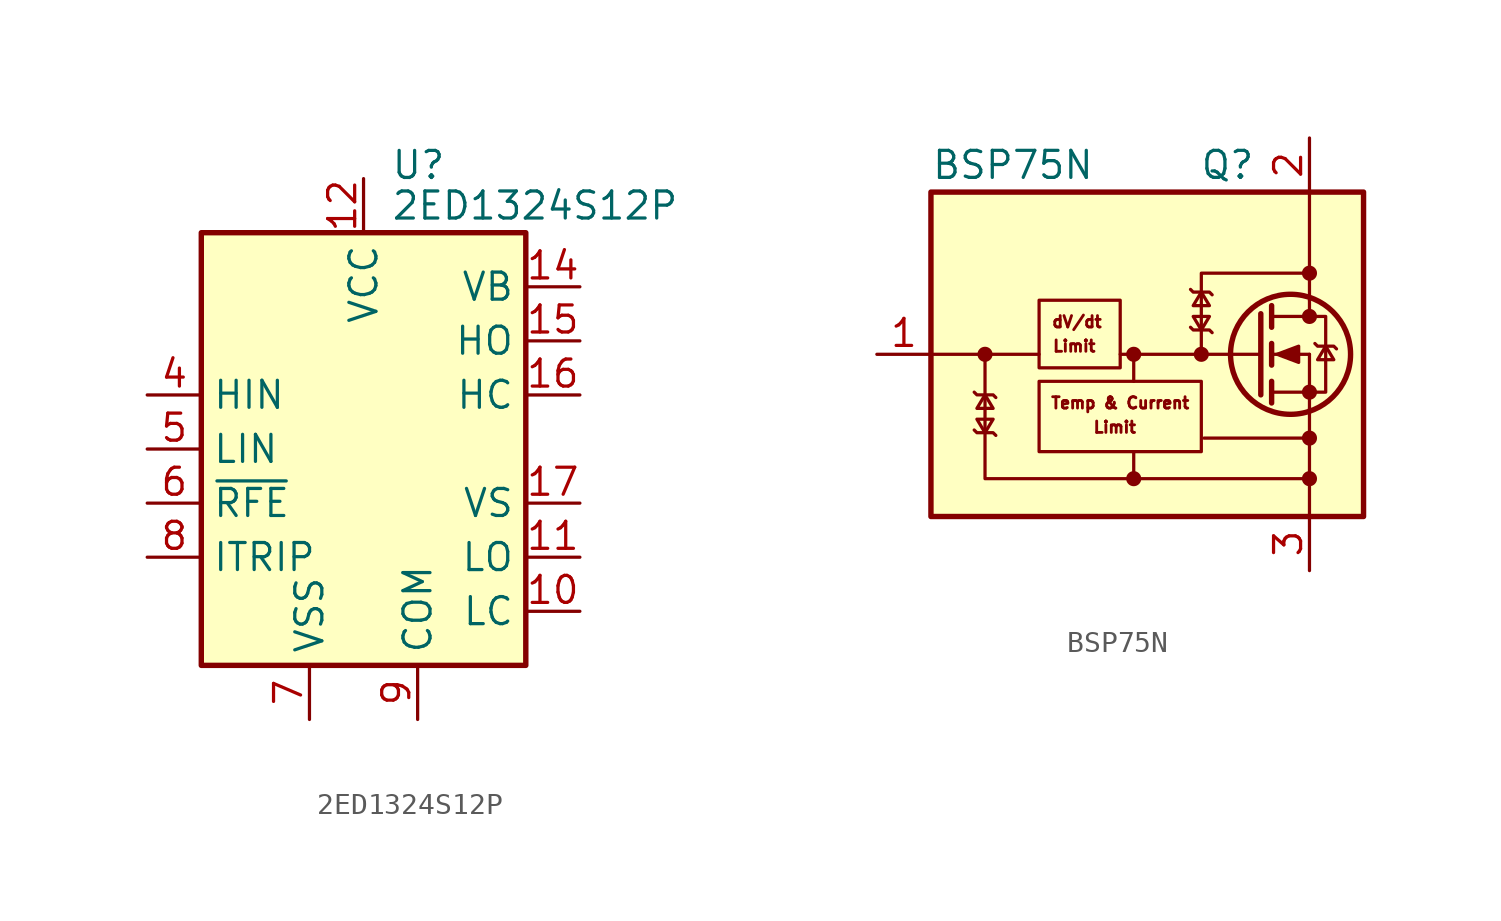
<source format=kicad_sym>
(kicad_symbol_lib
  (version 20231120)
  (generator "kicad_symbol_editor")
  (generator_version "8.0")
  (symbol "2ED1324S12P"
    (property "Reference" "U"
      (at 1.27 13.335 0)
      (effects (font (size 1.27 1.27)) (justify left)))
    (property "Value" "2ED1324S12P"
      (at 1.27 11.43 0)
      (effects (font (size 1.27 1.27)) (justify left)))
    (symbol "2ED1324S12P_0_1"
      (rectangle (start -7.62 -10.16) (end 7.62 10.16) (stroke (width 0.254) (type default)) (fill (type background))))
    (symbol "2ED1324S12P_1_1"
      (pin no_connect line (at -7.62 7.62 0) (length 2.54) hide (name "NC" (effects (font (size 1.27 1.27)))) (number "1" (effects (font (size 1.27 1.27)))))
      (pin passive line (at 10.16 -7.62 180) (length 2.54) (name "LC" (effects (font (size 1.27 1.27)))) (number "10" (effects (font (size 1.27 1.27)))))
      (pin output line (at 10.16 -5.08 180) (length 2.54) (name "LO" (effects (font (size 1.27 1.27)))) (number "11" (effects (font (size 1.27 1.27)))))
      (pin power_in line (at 0 12.7 270) (length 2.54) (name "VCC" (effects (font (size 1.27 1.27)))) (number "12" (effects (font (size 1.27 1.27)))))
      (pin no_connect line (at 7.62 0 180) (length 2.54) hide (name "NC" (effects (font (size 1.27 1.27)))) (number "13" (effects (font (size 1.27 1.27)))))
      (pin passive line (at 10.16 7.62 180) (length 2.54) (name "VB" (effects (font (size 1.27 1.27)))) (number "14" (effects (font (size 1.27 1.27)))))
      (pin output line (at 10.16 5.08 180) (length 2.54) (name "HO" (effects (font (size 1.27 1.27)))) (number "15" (effects (font (size 1.27 1.27)))))
      (pin passive line (at 10.16 2.54 180) (length 2.54) (name "HC" (effects (font (size 1.27 1.27)))) (number "16" (effects (font (size 1.27 1.27)))))
      (pin passive line (at 10.16 -2.54 180) (length 2.54) (name "VS" (effects (font (size 1.27 1.27)))) (number "17" (effects (font (size 1.27 1.27)))))
      (pin no_connect line (at 5.08 10.16 270) (length 2.54) hide (name "NC" (effects (font (size 1.27 1.27)))) (number "18" (effects (font (size 1.27 1.27)))))
      (pin no_connect line (at 2.54 10.16 270) (length 2.54) hide (name "NC" (effects (font (size 1.27 1.27)))) (number "19" (effects (font (size 1.27 1.27)))))
      (pin no_connect line (at -7.62 5.08 0) (length 2.54) hide (name "NC" (effects (font (size 1.27 1.27)))) (number "2" (effects (font (size 1.27 1.27)))))
      (pin no_connect line (at -2.54 10.16 270) (length 2.54) hide (name "NC" (effects (font (size 1.27 1.27)))) (number "20" (effects (font (size 1.27 1.27)))))
      (pin no_connect line (at -7.62 -7.62 0) (length 2.54) hide (name "NC" (effects (font (size 1.27 1.27)))) (number "3" (effects (font (size 1.27 1.27)))))
      (pin input line (at -10.16 2.54 0) (length 2.54) (name "HIN" (effects (font (size 1.27 1.27)))) (number "4" (effects (font (size 1.27 1.27)))))
      (pin input line (at -10.16 0 0) (length 2.54) (name "LIN" (effects (font (size 1.27 1.27)))) (number "5" (effects (font (size 1.27 1.27)))))
      (pin open_collector line (at -10.16 -2.54 0) (length 2.54) (name "~{RFE}" (effects (font (size 1.27 1.27)))) (number "6" (effects (font (size 1.27 1.27)))))
      (pin power_in line (at -2.54 -12.7 90) (length 2.54) (name "VSS" (effects (font (size 1.27 1.27)))) (number "7" (effects (font (size 1.27 1.27)))))
      (pin passive line (at -10.16 -5.08 0) (length 2.54) (name "ITRIP" (effects (font (size 1.27 1.27)))) (number "8" (effects (font (size 1.27 1.27)))))
      (pin power_in line (at 2.54 -12.7 90) (length 2.54) (name "COM" (effects (font (size 1.27 1.27)))) (number "9" (effects (font (size 1.27 1.27)))))))
  (symbol "BSP75N"
    (pin_names
      (offset 0) hide)
    (property "Reference" "Q"
      (at 5.08 8.89 0)
      (effects (font (size 1.27 1.27)) (justify right)))
    (property "Value" "BSP75N"
      (at -10.16 8.89 0)
      (effects (font (size 1.27 1.27)) (justify left)))
    (symbol "BSP75N_0_0"
      (polyline (pts (xy 7.62 -2.54) (xy 7.62 -7.62)) (stroke (width 0) (type default)) (fill (type none)))
      (polyline (pts (xy 7.62 2.54) (xy 7.62 7.62)) (stroke (width 0) (type default)) (fill (type none)))
      (polyline (pts (xy -0.635 -1.27) (xy -0.635 -0.635) (xy -0.635 0)) (stroke (width 0) (type default)) (fill (type none)))
      (polyline (pts (xy 2.54 0) (xy 2.54 3.81) (xy 7.62 3.81)) (stroke (width 0) (type default)) (fill (type none)))
      (polyline (pts (xy 7.62 -5.842) (xy -0.635 -5.842) (xy -0.635 -4.572)) (stroke (width 0) (type default)) (fill (type none)))
      (polyline (pts (xy -0.635 -5.842) (xy -7.62 -5.842) (xy -7.62 0) (xy -5.08 0)) (stroke (width 0) (type default)) (fill (type none)))
      (text "Limit" (at -1.524 -3.429 0) (effects (font (size 0.533 0.533))))
      (text "Temp & Current" (at -1.27 -2.286 0) (effects (font (size 0.533 0.533)))))
    (symbol "BSP75N_0_1"
      (rectangle (start -5.08 -1.27) (end 2.54 -4.572) (stroke (width 0) (type default)) (fill (type none)))
      (polyline (pts (xy -7.62 0) (xy -10.16 0)) (stroke (width 0) (type default)) (fill (type none)))
      (polyline (pts (xy 7.62 -3.937) (xy 2.667 -3.937)) (stroke (width 0) (type default)) (fill (type none))))
    (symbol "BSP75N_1_0"
      (rectangle (start -10.16 7.62) (end 10.16 -7.62) (stroke (width 0.254) (type default)) (fill (type background))))
    (symbol "BSP75N_1_1"
      (circle (center -7.62 0) (radius 0.279) (stroke (width 0) (type default)) (fill (type outline)))
      (rectangle (start -5.08 2.54) (end -1.27 -0.635) (stroke (width 0) (type default)) (fill (type none)))
      (circle (center -0.635 -5.842) (radius 0.279) (stroke (width 0) (type default)) (fill (type outline)))
      (circle (center -0.635 0) (radius 0.279) (stroke (width 0) (type default)) (fill (type outline)))
      (polyline (pts (xy 2.54 0) (xy -1.27 0)) (stroke (width 0) (type default)) (fill (type none)))
      (polyline (pts (xy 2.54 0) (xy 5.334 0)) (stroke (width 0) (type default)) (fill (type none)))
      (polyline (pts (xy 5.842 -1.778) (xy 7.62 -1.778)) (stroke (width 0) (type default)) (fill (type none)))
      (polyline (pts (xy 5.842 -1.27) (xy 5.842 -2.286)) (stroke (width 0.254) (type default)) (fill (type none)))
      (polyline (pts (xy 5.842 0) (xy 7.62 0)) (stroke (width 0) (type default)) (fill (type none)))
      (polyline (pts (xy 5.842 0.508) (xy 5.842 -0.508)) (stroke (width 0.254) (type default)) (fill (type none)))
      (polyline (pts (xy 5.842 1.778) (xy 7.62 1.778)) (stroke (width 0) (type default)) (fill (type none)))
      (polyline (pts (xy 5.842 2.286) (xy 5.842 1.27)) (stroke (width 0.254) (type default)) (fill (type none)))
      (polyline (pts (xy 7.62 -1.778) (xy 7.62 -2.54)) (stroke (width 0) (type default)) (fill (type none)))
      (polyline (pts (xy 7.62 -1.778) (xy 7.62 0)) (stroke (width 0) (type default)) (fill (type none)))
      (polyline (pts (xy 7.62 2.54) (xy 7.62 1.778)) (stroke (width 0) (type default)) (fill (type none)))
      (polyline (pts (xy 5.334 1.905) (xy 5.334 -1.905) (xy 5.334 -1.905)) (stroke (width 0.254) (type default)) (fill (type none)))
      (polyline (pts (xy -8.128 -1.778) (xy -8.001 -1.905) (xy -7.239 -1.905) (xy -7.112 -2.032)) (stroke (width 0) (type default)) (fill (type none)))
      (polyline (pts (xy -7.62 -3.683) (xy -7.239 -3.048) (xy -8.001 -3.048) (xy -7.62 -3.683)) (stroke (width 0) (type default)) (fill (type none)))
      (polyline (pts (xy -7.62 -1.905) (xy -8.001 -2.54) (xy -7.239 -2.54) (xy -7.62 -1.905)) (stroke (width 0) (type default)) (fill (type none)))
      (polyline (pts (xy -7.112 -3.81) (xy -7.239 -3.683) (xy -8.001 -3.683) (xy -8.128 -3.556)) (stroke (width 0) (type default)) (fill (type none)))
      (polyline (pts (xy 2.032 3.048) (xy 2.159 2.921) (xy 2.921 2.921) (xy 3.048 2.794)) (stroke (width 0) (type default)) (fill (type none)))
      (polyline (pts (xy 2.54 1.143) (xy 2.921 1.778) (xy 2.159 1.778) (xy 2.54 1.143)) (stroke (width 0) (type default)) (fill (type none)))
      (polyline (pts (xy 2.54 2.921) (xy 2.159 2.286) (xy 2.921 2.286) (xy 2.54 2.921)) (stroke (width 0) (type default)) (fill (type none)))
      (polyline (pts (xy 3.048 1.016) (xy 2.921 1.143) (xy 2.159 1.143) (xy 2.032 1.27)) (stroke (width 0) (type default)) (fill (type none)))
      (polyline (pts (xy 6.096 0) (xy 7.112 0.381) (xy 7.112 -0.381) (xy 6.096 0)) (stroke (width 0) (type default)) (fill (type outline)))
      (polyline (pts (xy 7.62 -1.778) (xy 8.382 -1.778) (xy 8.382 1.778) (xy 7.62 1.778)) (stroke (width 0) (type default)) (fill (type none)))
      (polyline (pts (xy 7.874 0.508) (xy 8.001 0.381) (xy 8.763 0.381) (xy 8.89 0.254)) (stroke (width 0) (type default)) (fill (type none)))
      (polyline (pts (xy 8.382 0.381) (xy 8.001 -0.254) (xy 8.763 -0.254) (xy 8.382 0.381)) (stroke (width 0) (type default)) (fill (type none)))
      (circle (center 2.54 0) (radius 0.279) (stroke (width 0) (type default)) (fill (type outline)))
      (circle (center 6.731 0) (radius 2.819) (stroke (width 0.254) (type default)) (fill (type none)))
      (circle (center 7.62 -5.842) (radius 0.279) (stroke (width 0) (type default)) (fill (type outline)))
      (circle (center 7.62 -3.937) (radius 0.279) (stroke (width 0) (type default)) (fill (type outline)))
      (circle (center 7.62 -1.778) (radius 0.279) (stroke (width 0) (type default)) (fill (type outline)))
      (circle (center 7.62 1.778) (radius 0.279) (stroke (width 0) (type default)) (fill (type outline)))
      (circle (center 7.62 3.81) (radius 0.279) (stroke (width 0) (type default)) (fill (type outline)))
      (text "dV/dt" (at -3.302 1.524 0) (effects (font (size 0.533 0.533))))
      (text "Limit" (at -3.429 0.381 0) (effects (font (size 0.533 0.533))))
      (pin input line (at -12.7 0 0) (length 2.54) (name "G" (effects (font (size 1.27 1.27)))) (number "1" (effects (font (size 1.27 1.27)))))
      (pin passive line (at 7.62 10.16 270) (length 2.54) (name "D" (effects (font (size 1.27 1.27)))) (number "2" (effects (font (size 1.27 1.27)))))
      (pin passive line (at 7.62 -10.16 90) (length 2.54) (name "S" (effects (font (size 1.27 1.27)))) (number "3" (effects (font (size 1.27 1.27)))))
      (pin passive line (at 7.62 -10.16 90) (length 2.54) hide (name "S" (effects (font (size 1.27 1.27)))) (number "4" (effects (font (size 1.27 1.27))))))))
</source>
